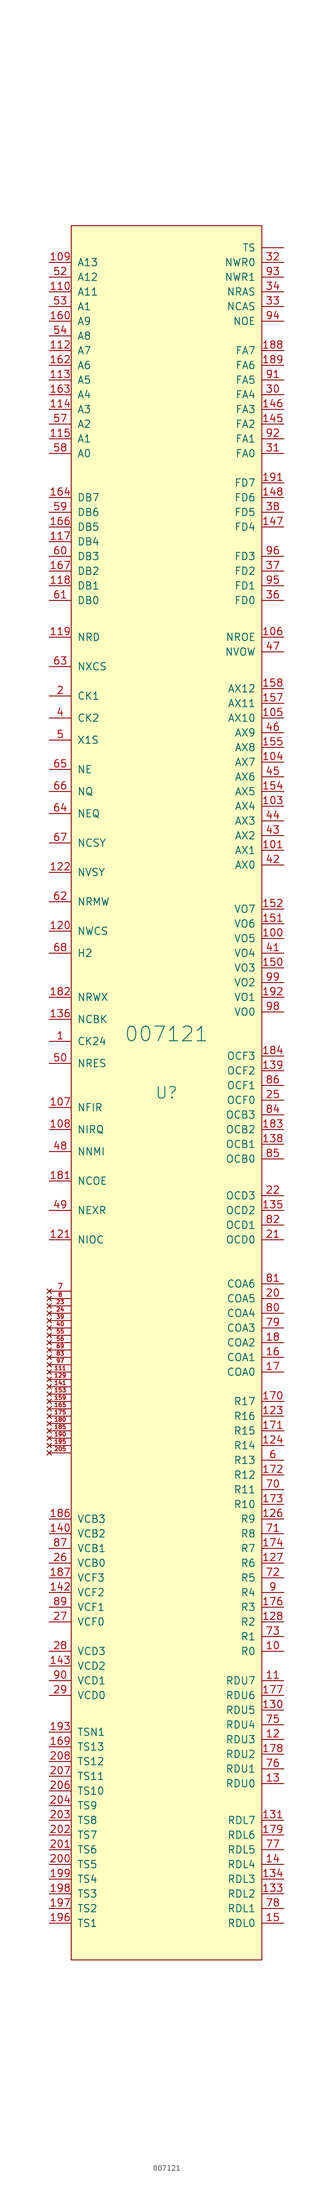
<source format=kicad_sym>
(kicad_symbol_lib
  (version 20231120)
  (generator "kicad_symbol_editor")
  (generator_version "8.0")
  (symbol "007121"
    (pin_names
      (offset 1.016))
    (property "Reference" "U"
      (at 16.51 -149.86 0)
      (effects (font (size 2.007 2.007))))
    (property "Value" "007121"
      (at 16.51 -139.7 0)
      (effects (font (size 2.54 2.54))))
    (symbol "007121_0_0"
      (rectangle (start 0 0) (end 33.02 -299.72) (stroke (width 0) (type default)) (fill (type background))))
    (symbol "007121_1_1"
      (pin input line (at -3.81 -140.97 0) (length 3.81) (name "CK24" (effects (font (size 1.27 1.27)))) (number "1" (effects (font (size 1.27 1.27)))))
      (pin input line (at 36.83 -246.38 180) (length 3.81) (name "R0" (effects (font (size 1.27 1.27)))) (number "10" (effects (font (size 1.27 1.27)))))
      (pin input line (at 36.83 -123.19 180) (length 3.81) (name "VO5" (effects (font (size 1.27 1.27)))) (number "100" (effects (font (size 1.27 1.27)))))
      (pin input line (at 36.83 -107.95 180) (length 3.81) (name "AX1" (effects (font (size 1.27 1.27)))) (number "101" (effects (font (size 1.27 1.27)))))
      (pin input line (at 17.78 3.81 270) (length 3.81) hide (name "VCC" (effects (font (size 1.27 1.27)))) (number "102" (effects (font (size 1.27 1.27)))))
      (pin input line (at 36.83 -100.33 180) (length 3.81) (name "AX4" (effects (font (size 1.27 1.27)))) (number "103" (effects (font (size 1.27 1.27)))))
      (pin input line (at 36.83 -92.71 180) (length 3.81) (name "AX7" (effects (font (size 1.27 1.27)))) (number "104" (effects (font (size 1.27 1.27)))))
      (pin input line (at 36.83 -85.09 180) (length 3.81) (name "AX10" (effects (font (size 1.27 1.27)))) (number "105" (effects (font (size 1.27 1.27)))))
      (pin input line (at 36.83 -71.12 180) (length 3.81) (name "NROE" (effects (font (size 1.27 1.27)))) (number "106" (effects (font (size 1.27 1.27)))))
      (pin input line (at -3.81 -152.4 0) (length 3.81) (name "NFIR" (effects (font (size 1.27 1.27)))) (number "107" (effects (font (size 1.27 1.27)))))
      (pin input line (at -3.81 -156.21 0) (length 3.81) (name "NIRQ" (effects (font (size 1.27 1.27)))) (number "108" (effects (font (size 1.27 1.27)))))
      (pin input line (at -3.81 -6.35 0) (length 3.81) (name "A13" (effects (font (size 1.27 1.27)))) (number "109" (effects (font (size 1.27 1.27)))))
      (pin input line (at 36.83 -251.46 180) (length 3.81) (name "RDU7" (effects (font (size 1.27 1.27)))) (number "11" (effects (font (size 1.27 1.27)))))
      (pin input line (at -3.81 -11.43 0) (length 3.81) (name "A11" (effects (font (size 1.27 1.27)))) (number "110" (effects (font (size 1.27 1.27)))))
      (pin no_connect line (at -3.81 -198.12 0) (length 3.81) (name "~" (effects (font (size 1.27 1.27)))) (number "111" (effects (font (size 0.711 0.711)))))
      (pin input line (at -3.81 -21.59 0) (length 3.81) (name "A7" (effects (font (size 1.27 1.27)))) (number "112" (effects (font (size 1.27 1.27)))))
      (pin input line (at -3.81 -26.67 0) (length 3.81) (name "A5" (effects (font (size 1.27 1.27)))) (number "113" (effects (font (size 1.27 1.27)))))
      (pin input line (at -3.81 -31.75 0) (length 3.81) (name "A3" (effects (font (size 1.27 1.27)))) (number "114" (effects (font (size 1.27 1.27)))))
      (pin input line (at -3.81 -36.83 0) (length 3.81) (name "A1" (effects (font (size 1.27 1.27)))) (number "115" (effects (font (size 1.27 1.27)))))
      (pin input line (at 20.32 3.81 270) (length 3.81) hide (name "VCC" (effects (font (size 1.27 1.27)))) (number "116" (effects (font (size 1.27 1.27)))))
      (pin input line (at -3.81 -54.61 0) (length 3.81) (name "DB4" (effects (font (size 1.27 1.27)))) (number "117" (effects (font (size 1.27 1.27)))))
      (pin input line (at -3.81 -62.23 0) (length 3.81) (name "DB1" (effects (font (size 1.27 1.27)))) (number "118" (effects (font (size 1.27 1.27)))))
      (pin input line (at -3.81 -71.12 0) (length 3.81) (name "NRD" (effects (font (size 1.27 1.27)))) (number "119" (effects (font (size 1.27 1.27)))))
      (pin input line (at 36.83 -261.62 180) (length 3.81) (name "RDU3" (effects (font (size 1.27 1.27)))) (number "12" (effects (font (size 1.27 1.27)))))
      (pin input line (at -3.81 -121.92 0) (length 3.81) (name "NWCS" (effects (font (size 1.27 1.27)))) (number "120" (effects (font (size 1.27 1.27)))))
      (pin input line (at -3.81 -175.26 0) (length 3.81) (name "NIOC" (effects (font (size 1.27 1.27)))) (number "121" (effects (font (size 1.27 1.27)))))
      (pin input line (at -3.81 -111.76 0) (length 3.81) (name "NVSY" (effects (font (size 1.27 1.27)))) (number "122" (effects (font (size 1.27 1.27)))))
      (pin input line (at 36.83 -205.74 180) (length 3.81) (name "R16" (effects (font (size 1.27 1.27)))) (number "123" (effects (font (size 1.27 1.27)))))
      (pin input line (at 36.83 -210.82 180) (length 3.81) (name "R14" (effects (font (size 1.27 1.27)))) (number "124" (effects (font (size 1.27 1.27)))))
      (pin input line (at 2.54 -303.53 90) (length 3.81) hide (name "GND" (effects (font (size 1.27 1.27)))) (number "125" (effects (font (size 1.27 1.27)))))
      (pin input line (at 36.83 -223.52 180) (length 3.81) (name "R9" (effects (font (size 1.27 1.27)))) (number "126" (effects (font (size 1.27 1.27)))))
      (pin input line (at 36.83 -231.14 180) (length 3.81) (name "R6" (effects (font (size 1.27 1.27)))) (number "127" (effects (font (size 1.27 1.27)))))
      (pin input line (at 36.83 -241.3 180) (length 3.81) (name "R2" (effects (font (size 1.27 1.27)))) (number "128" (effects (font (size 1.27 1.27)))))
      (pin no_connect line (at -3.81 -199.39 0) (length 3.81) (name "~" (effects (font (size 1.27 1.27)))) (number "129" (effects (font (size 0.711 0.711)))))
      (pin input line (at 36.83 -269.24 180) (length 3.81) (name "RDU0" (effects (font (size 1.27 1.27)))) (number "13" (effects (font (size 1.27 1.27)))))
      (pin input line (at 36.83 -256.54 180) (length 3.81) (name "RDU5" (effects (font (size 1.27 1.27)))) (number "130" (effects (font (size 1.27 1.27)))))
      (pin input line (at 36.83 -275.59 180) (length 3.81) (name "RDL7" (effects (font (size 1.27 1.27)))) (number "131" (effects (font (size 1.27 1.27)))))
      (pin input line (at 6.35 -303.53 90) (length 3.81) hide (name "GND" (effects (font (size 1.27 1.27)))) (number "132" (effects (font (size 1.27 1.27)))))
      (pin input line (at 36.83 -288.29 180) (length 3.81) (name "RDL2" (effects (font (size 1.27 1.27)))) (number "133" (effects (font (size 1.27 1.27)))))
      (pin input line (at 36.83 -285.75 180) (length 3.81) (name "RDL3" (effects (font (size 1.27 1.27)))) (number "134" (effects (font (size 1.27 1.27)))))
      (pin input line (at 36.83 -170.18 180) (length 3.81) (name "OCD2" (effects (font (size 1.27 1.27)))) (number "135" (effects (font (size 1.27 1.27)))))
      (pin input line (at -3.81 -137.16 0) (length 3.81) (name "NCBK" (effects (font (size 1.27 1.27)))) (number "136" (effects (font (size 1.27 1.27)))))
      (pin input line (at 10.16 -303.53 90) (length 3.81) hide (name "GND" (effects (font (size 1.27 1.27)))) (number "137" (effects (font (size 1.27 1.27)))))
      (pin input line (at 36.83 -158.75 180) (length 3.81) (name "OCB1" (effects (font (size 1.27 1.27)))) (number "138" (effects (font (size 1.27 1.27)))))
      (pin input line (at 36.83 -146.05 180) (length 3.81) (name "OCF2" (effects (font (size 1.27 1.27)))) (number "139" (effects (font (size 1.27 1.27)))))
      (pin input line (at 36.83 -283.21 180) (length 3.81) (name "RDL4" (effects (font (size 1.27 1.27)))) (number "14" (effects (font (size 1.27 1.27)))))
      (pin input line (at -3.81 -226.06 0) (length 3.81) (name "VCB2" (effects (font (size 1.27 1.27)))) (number "140" (effects (font (size 1.27 1.27)))))
      (pin no_connect line (at -3.81 -200.66 0) (length 3.81) (name "~" (effects (font (size 1.27 1.27)))) (number "141" (effects (font (size 0.711 0.711)))))
      (pin input line (at -3.81 -236.22 0) (length 3.81) (name "VCF2" (effects (font (size 1.27 1.27)))) (number "142" (effects (font (size 1.27 1.27)))))
      (pin input line (at -3.81 -248.92 0) (length 3.81) (name "VCD2" (effects (font (size 1.27 1.27)))) (number "143" (effects (font (size 1.27 1.27)))))
      (pin input line (at 13.97 -303.53 90) (length 3.81) hide (name "GND" (effects (font (size 1.27 1.27)))) (number "144" (effects (font (size 1.27 1.27)))))
      (pin input line (at 36.83 -34.29 180) (length 3.81) (name "FA2" (effects (font (size 1.27 1.27)))) (number "145" (effects (font (size 1.27 1.27)))))
      (pin input line (at 36.83 -31.75 180) (length 3.81) (name "FA3" (effects (font (size 1.27 1.27)))) (number "146" (effects (font (size 1.27 1.27)))))
      (pin input line (at 36.83 -52.07 180) (length 3.81) (name "FD4" (effects (font (size 1.27 1.27)))) (number "147" (effects (font (size 1.27 1.27)))))
      (pin input line (at 36.83 -46.99 180) (length 3.81) (name "FD6" (effects (font (size 1.27 1.27)))) (number "148" (effects (font (size 1.27 1.27)))))
      (pin input line (at 19.05 -303.53 90) (length 3.81) hide (name "GND" (effects (font (size 1.27 1.27)))) (number "149" (effects (font (size 1.27 1.27)))))
      (pin input line (at 36.83 -293.37 180) (length 3.81) (name "RDL0" (effects (font (size 1.27 1.27)))) (number "15" (effects (font (size 1.27 1.27)))))
      (pin input line (at 36.83 -128.27 180) (length 3.81) (name "VO3" (effects (font (size 1.27 1.27)))) (number "150" (effects (font (size 1.27 1.27)))))
      (pin input line (at 36.83 -120.65 180) (length 3.81) (name "VO6" (effects (font (size 1.27 1.27)))) (number "151" (effects (font (size 1.27 1.27)))))
      (pin input line (at 36.83 -118.11 180) (length 3.81) (name "VO7" (effects (font (size 1.27 1.27)))) (number "152" (effects (font (size 1.27 1.27)))))
      (pin no_connect line (at -3.81 -201.93 0) (length 3.81) (name "~" (effects (font (size 1.27 1.27)))) (number "153" (effects (font (size 0.711 0.711)))))
      (pin input line (at 36.83 -97.79 180) (length 3.81) (name "AX5" (effects (font (size 1.27 1.27)))) (number "154" (effects (font (size 1.27 1.27)))))
      (pin input line (at 36.83 -90.17 180) (length 3.81) (name "AX8" (effects (font (size 1.27 1.27)))) (number "155" (effects (font (size 1.27 1.27)))))
      (pin input line (at 22.86 -303.53 90) (length 3.81) hide (name "GND" (effects (font (size 1.27 1.27)))) (number "156" (effects (font (size 1.27 1.27)))))
      (pin input line (at 36.83 -82.55 180) (length 3.81) (name "AX11" (effects (font (size 1.27 1.27)))) (number "157" (effects (font (size 1.27 1.27)))))
      (pin input line (at 36.83 -80.01 180) (length 3.81) (name "AX12" (effects (font (size 1.27 1.27)))) (number "158" (effects (font (size 1.27 1.27)))))
      (pin no_connect line (at -3.81 -203.2 0) (length 3.81) (name "~" (effects (font (size 1.27 1.27)))) (number "159" (effects (font (size 0.711 0.711)))))
      (pin input line (at 36.83 -195.58 180) (length 3.81) (name "COA1" (effects (font (size 1.27 1.27)))) (number "16" (effects (font (size 1.27 1.27)))))
      (pin input line (at -3.81 -16.51 0) (length 3.81) (name "A9" (effects (font (size 1.27 1.27)))) (number "160" (effects (font (size 1.27 1.27)))))
      (pin input line (at 26.67 -303.53 90) (length 3.81) hide (name "GND" (effects (font (size 1.27 1.27)))) (number "161" (effects (font (size 1.27 1.27)))))
      (pin input line (at -3.81 -24.13 0) (length 3.81) (name "A6" (effects (font (size 1.27 1.27)))) (number "162" (effects (font (size 1.27 1.27)))))
      (pin input line (at -3.81 -29.21 0) (length 3.81) (name "A4" (effects (font (size 1.27 1.27)))) (number "163" (effects (font (size 1.27 1.27)))))
      (pin input line (at -3.81 -46.99 0) (length 3.81) (name "DB7" (effects (font (size 1.27 1.27)))) (number "164" (effects (font (size 1.27 1.27)))))
      (pin no_connect line (at -3.81 -204.47 0) (length 3.81) (name "~" (effects (font (size 1.27 1.27)))) (number "165" (effects (font (size 0.711 0.711)))))
      (pin input line (at -3.81 -52.07 0) (length 3.81) (name "DB5" (effects (font (size 1.27 1.27)))) (number "166" (effects (font (size 1.27 1.27)))))
      (pin input line (at -3.81 -59.69 0) (length 3.81) (name "DB2" (effects (font (size 1.27 1.27)))) (number "167" (effects (font (size 1.27 1.27)))))
      (pin input line (at 30.48 -303.53 90) (length 3.81) hide (name "GND" (effects (font (size 1.27 1.27)))) (number "168" (effects (font (size 1.27 1.27)))))
      (pin input line (at -3.81 -262.89 0) (length 3.81) (name "TS13" (effects (font (size 1.27 1.27)))) (number "169" (effects (font (size 1.27 1.27)))))
      (pin input line (at 36.83 -198.12 180) (length 3.81) (name "COA0" (effects (font (size 1.27 1.27)))) (number "17" (effects (font (size 1.27 1.27)))))
      (pin input line (at 36.83 -203.2 180) (length 3.81) (name "R17" (effects (font (size 1.27 1.27)))) (number "170" (effects (font (size 1.27 1.27)))))
      (pin input line (at 36.83 -208.28 180) (length 3.81) (name "R15" (effects (font (size 1.27 1.27)))) (number "171" (effects (font (size 1.27 1.27)))))
      (pin input line (at 36.83 -215.9 180) (length 3.81) (name "R12" (effects (font (size 1.27 1.27)))) (number "172" (effects (font (size 1.27 1.27)))))
      (pin input line (at 36.83 -220.98 180) (length 3.81) (name "R10" (effects (font (size 1.27 1.27)))) (number "173" (effects (font (size 1.27 1.27)))))
      (pin input line (at 36.83 -228.6 180) (length 3.81) (name "R7" (effects (font (size 1.27 1.27)))) (number "174" (effects (font (size 1.27 1.27)))))
      (pin no_connect line (at -3.81 -205.74 0) (length 3.81) (name "~" (effects (font (size 1.27 1.27)))) (number "175" (effects (font (size 0.711 0.711)))))
      (pin input line (at 36.83 -238.76 180) (length 3.81) (name "R3" (effects (font (size 1.27 1.27)))) (number "176" (effects (font (size 1.27 1.27)))))
      (pin input line (at 36.83 -254 180) (length 3.81) (name "RDU6" (effects (font (size 1.27 1.27)))) (number "177" (effects (font (size 1.27 1.27)))))
      (pin input line (at 36.83 -264.16 180) (length 3.81) (name "RDU2" (effects (font (size 1.27 1.27)))) (number "178" (effects (font (size 1.27 1.27)))))
      (pin input line (at 36.83 -278.13 180) (length 3.81) (name "RDL6" (effects (font (size 1.27 1.27)))) (number "179" (effects (font (size 1.27 1.27)))))
      (pin input line (at 36.83 -193.04 180) (length 3.81) (name "COA2" (effects (font (size 1.27 1.27)))) (number "18" (effects (font (size 1.27 1.27)))))
      (pin no_connect line (at -3.81 -207.01 0) (length 3.81) (name "~" (effects (font (size 1.27 1.27)))) (number "180" (effects (font (size 0.711 0.711)))))
      (pin input line (at -3.81 -165.1 0) (length 3.81) (name "NCOE" (effects (font (size 1.27 1.27)))) (number "181" (effects (font (size 1.27 1.27)))))
      (pin input line (at -3.81 -133.35 0) (length 3.81) (name "NRWX" (effects (font (size 1.27 1.27)))) (number "182" (effects (font (size 1.27 1.27)))))
      (pin input line (at 36.83 -156.21 180) (length 3.81) (name "OCB2" (effects (font (size 1.27 1.27)))) (number "183" (effects (font (size 1.27 1.27)))))
      (pin input line (at 36.83 -143.51 180) (length 3.81) (name "OCF3" (effects (font (size 1.27 1.27)))) (number "184" (effects (font (size 1.27 1.27)))))
      (pin no_connect line (at -3.81 -208.28 0) (length 3.81) (name "~" (effects (font (size 1.27 1.27)))) (number "185" (effects (font (size 0.711 0.711)))))
      (pin input line (at -3.81 -223.52 0) (length 3.81) (name "VCB3" (effects (font (size 1.27 1.27)))) (number "186" (effects (font (size 1.27 1.27)))))
      (pin input line (at -3.81 -233.68 0) (length 3.81) (name "VCF3" (effects (font (size 1.27 1.27)))) (number "187" (effects (font (size 1.27 1.27)))))
      (pin input line (at 36.83 -21.59 180) (length 3.81) (name "FA7" (effects (font (size 1.27 1.27)))) (number "188" (effects (font (size 1.27 1.27)))))
      (pin input line (at 36.83 -24.13 180) (length 3.81) (name "FA6" (effects (font (size 1.27 1.27)))) (number "189" (effects (font (size 1.27 1.27)))))
      (pin input line (at 5.08 3.81 270) (length 3.81) hide (name "VCC" (effects (font (size 1.27 1.27)))) (number "19" (effects (font (size 1.27 1.27)))))
      (pin no_connect line (at -3.81 -209.55 0) (length 3.81) (name "~" (effects (font (size 1.27 1.27)))) (number "190" (effects (font (size 0.711 0.711)))))
      (pin input line (at 36.83 -44.45 180) (length 3.81) (name "FD7" (effects (font (size 1.27 1.27)))) (number "191" (effects (font (size 1.27 1.27)))))
      (pin input line (at 36.83 -133.35 180) (length 3.81) (name "VO1" (effects (font (size 1.27 1.27)))) (number "192" (effects (font (size 1.27 1.27)))))
      (pin input line (at -3.81 -260.35 0) (length 3.81) (name "TSN1" (effects (font (size 1.27 1.27)))) (number "193" (effects (font (size 1.27 1.27)))))
      (pin input line (at 27.94 3.81 270) (length 3.81) hide (name "VCC" (effects (font (size 1.27 1.27)))) (number "194" (effects (font (size 1.27 1.27)))))
      (pin no_connect line (at -3.81 -210.82 0) (length 3.81) (name "~" (effects (font (size 1.27 1.27)))) (number "195" (effects (font (size 0.711 0.711)))))
      (pin input line (at -3.81 -293.37 0) (length 3.81) (name "TS1" (effects (font (size 1.27 1.27)))) (number "196" (effects (font (size 1.27 1.27)))))
      (pin input line (at -3.81 -290.83 0) (length 3.81) (name "TS2" (effects (font (size 1.27 1.27)))) (number "197" (effects (font (size 1.27 1.27)))))
      (pin input line (at -3.81 -288.29 0) (length 3.81) (name "TS3" (effects (font (size 1.27 1.27)))) (number "198" (effects (font (size 1.27 1.27)))))
      (pin input line (at -3.81 -285.75 0) (length 3.81) (name "TS4" (effects (font (size 1.27 1.27)))) (number "199" (effects (font (size 1.27 1.27)))))
      (pin input line (at -3.81 -81.28 0) (length 3.81) (name "CK1" (effects (font (size 1.27 1.27)))) (number "2" (effects (font (size 1.27 1.27)))))
      (pin input line (at 36.83 -185.42 180) (length 3.81) (name "COA5" (effects (font (size 1.27 1.27)))) (number "20" (effects (font (size 1.27 1.27)))))
      (pin input line (at -3.81 -283.21 0) (length 3.81) (name "TS5" (effects (font (size 1.27 1.27)))) (number "200" (effects (font (size 1.27 1.27)))))
      (pin input line (at -3.81 -280.67 0) (length 3.81) (name "TS6" (effects (font (size 1.27 1.27)))) (number "201" (effects (font (size 1.27 1.27)))))
      (pin input line (at -3.81 -278.13 0) (length 3.81) (name "TS7" (effects (font (size 1.27 1.27)))) (number "202" (effects (font (size 1.27 1.27)))))
      (pin input line (at -3.81 -275.59 0) (length 3.81) (name "TS8" (effects (font (size 1.27 1.27)))) (number "203" (effects (font (size 1.27 1.27)))))
      (pin input line (at -3.81 -273.05 0) (length 3.81) (name "TS9" (effects (font (size 1.27 1.27)))) (number "204" (effects (font (size 1.27 1.27)))))
      (pin no_connect line (at -3.81 -212.09 0) (length 3.81) (name "~" (effects (font (size 1.27 1.27)))) (number "205" (effects (font (size 0.711 0.711)))))
      (pin input line (at -3.81 -270.51 0) (length 3.81) (name "TS10" (effects (font (size 1.27 1.27)))) (number "206" (effects (font (size 1.27 1.27)))))
      (pin input line (at -3.81 -267.97 0) (length 3.81) (name "TS11" (effects (font (size 1.27 1.27)))) (number "207" (effects (font (size 1.27 1.27)))))
      (pin input line (at -3.81 -265.43 0) (length 3.81) (name "TS12" (effects (font (size 1.27 1.27)))) (number "208" (effects (font (size 1.27 1.27)))))
      (pin input line (at 36.83 -175.26 180) (length 3.81) (name "OCD0" (effects (font (size 1.27 1.27)))) (number "21" (effects (font (size 1.27 1.27)))))
      (pin input line (at 36.83 -167.64 180) (length 3.81) (name "OCD3" (effects (font (size 1.27 1.27)))) (number "22" (effects (font (size 1.27 1.27)))))
      (pin no_connect line (at -3.81 -186.69 0) (length 3.81) (name "~" (effects (font (size 1.27 1.27)))) (number "23" (effects (font (size 0.711 0.711)))))
      (pin no_connect line (at -3.81 -187.96 0) (length 3.81) (name "~" (effects (font (size 1.27 1.27)))) (number "24" (effects (font (size 0.711 0.711)))))
      (pin input line (at 36.83 -151.13 180) (length 3.81) (name "OCF0" (effects (font (size 1.27 1.27)))) (number "25" (effects (font (size 1.27 1.27)))))
      (pin input line (at -3.81 -231.14 0) (length 3.81) (name "VCB0" (effects (font (size 1.27 1.27)))) (number "26" (effects (font (size 1.27 1.27)))))
      (pin input line (at -3.81 -241.3 0) (length 3.81) (name "VCF0" (effects (font (size 1.27 1.27)))) (number "27" (effects (font (size 1.27 1.27)))))
      (pin input line (at -3.81 -246.38 0) (length 3.81) (name "VCD3" (effects (font (size 1.27 1.27)))) (number "28" (effects (font (size 1.27 1.27)))))
      (pin input line (at -3.81 -254 0) (length 3.81) (name "VCD0" (effects (font (size 1.27 1.27)))) (number "29" (effects (font (size 1.27 1.27)))))
      (pin input line (at 2.54 3.81 270) (length 3.81) hide (name "VCC" (effects (font (size 1.27 1.27)))) (number "3" (effects (font (size 1.27 1.27)))))
      (pin input line (at 36.83 -29.21 180) (length 3.81) (name "FA4" (effects (font (size 1.27 1.27)))) (number "30" (effects (font (size 1.27 1.27)))))
      (pin input line (at 36.83 -39.37 180) (length 3.81) (name "FA0" (effects (font (size 1.27 1.27)))) (number "31" (effects (font (size 1.27 1.27)))))
      (pin input line (at 36.83 -6.35 180) (length 3.81) (name "NWR0" (effects (font (size 1.27 1.27)))) (number "32" (effects (font (size 1.27 1.27)))))
      (pin input line (at 36.83 -13.97 180) (length 3.81) (name "NCAS" (effects (font (size 1.27 1.27)))) (number "33" (effects (font (size 1.27 1.27)))))
      (pin input line (at 36.83 -11.43 180) (length 3.81) (name "NRAS" (effects (font (size 1.27 1.27)))) (number "34" (effects (font (size 1.27 1.27)))))
      (pin input line (at 7.62 3.81 270) (length 3.81) hide (name "VCC" (effects (font (size 1.27 1.27)))) (number "35" (effects (font (size 1.27 1.27)))))
      (pin input line (at 36.83 -64.77 180) (length 3.81) (name "FD0" (effects (font (size 1.27 1.27)))) (number "36" (effects (font (size 1.27 1.27)))))
      (pin input line (at 36.83 -59.69 180) (length 3.81) (name "FD2" (effects (font (size 1.27 1.27)))) (number "37" (effects (font (size 1.27 1.27)))))
      (pin input line (at 36.83 -49.53 180) (length 3.81) (name "FD5" (effects (font (size 1.27 1.27)))) (number "38" (effects (font (size 1.27 1.27)))))
      (pin no_connect line (at -3.81 -189.23 0) (length 3.81) (name "~" (effects (font (size 1.27 1.27)))) (number "39" (effects (font (size 0.711 0.711)))))
      (pin input line (at -3.81 -85.09 0) (length 3.81) (name "CK2" (effects (font (size 1.27 1.27)))) (number "4" (effects (font (size 1.27 1.27)))))
      (pin no_connect line (at -3.81 -190.5 0) (length 3.81) (name "~" (effects (font (size 1.27 1.27)))) (number "40" (effects (font (size 0.711 0.711)))))
      (pin input line (at 36.83 -125.73 180) (length 3.81) (name "VO4" (effects (font (size 1.27 1.27)))) (number "41" (effects (font (size 1.27 1.27)))))
      (pin input line (at 36.83 -110.49 180) (length 3.81) (name "AX0" (effects (font (size 1.27 1.27)))) (number "42" (effects (font (size 1.27 1.27)))))
      (pin input line (at 36.83 -105.41 180) (length 3.81) (name "AX2" (effects (font (size 1.27 1.27)))) (number "43" (effects (font (size 1.27 1.27)))))
      (pin input line (at 36.83 -102.87 180) (length 3.81) (name "AX3" (effects (font (size 1.27 1.27)))) (number "44" (effects (font (size 1.27 1.27)))))
      (pin input line (at 36.83 -95.25 180) (length 3.81) (name "AX6" (effects (font (size 1.27 1.27)))) (number "45" (effects (font (size 1.27 1.27)))))
      (pin input line (at 36.83 -87.63 180) (length 3.81) (name "AX9" (effects (font (size 1.27 1.27)))) (number "46" (effects (font (size 1.27 1.27)))))
      (pin input line (at 36.83 -73.66 180) (length 3.81) (name "NVOW" (effects (font (size 1.27 1.27)))) (number "47" (effects (font (size 1.27 1.27)))))
      (pin input line (at -3.81 -160.02 0) (length 3.81) (name "NNMI" (effects (font (size 1.27 1.27)))) (number "48" (effects (font (size 1.27 1.27)))))
      (pin input line (at -3.81 -170.18 0) (length 3.81) (name "NEXR" (effects (font (size 1.27 1.27)))) (number "49" (effects (font (size 1.27 1.27)))))
      (pin input line (at -3.81 -88.9 0) (length 3.81) (name "X1S" (effects (font (size 1.27 1.27)))) (number "5" (effects (font (size 1.27 1.27)))))
      (pin input line (at -3.81 -144.78 0) (length 3.81) (name "NRES" (effects (font (size 1.27 1.27)))) (number "50" (effects (font (size 1.27 1.27)))))
      (pin input line (at 10.16 3.81 270) (length 3.81) hide (name "VCC" (effects (font (size 1.27 1.27)))) (number "51" (effects (font (size 1.27 1.27)))))
      (pin input line (at -3.81 -8.89 0) (length 3.81) (name "A12" (effects (font (size 1.27 1.27)))) (number "52" (effects (font (size 1.27 1.27)))))
      (pin input line (at -3.81 -13.97 0) (length 3.81) (name "A1" (effects (font (size 1.27 1.27)))) (number "53" (effects (font (size 1.27 1.27)))))
      (pin input line (at -3.81 -19.05 0) (length 3.81) (name "A8" (effects (font (size 1.27 1.27)))) (number "54" (effects (font (size 1.27 1.27)))))
      (pin no_connect line (at -3.81 -191.77 0) (length 3.81) (name "~" (effects (font (size 1.27 1.27)))) (number "55" (effects (font (size 0.711 0.711)))))
      (pin no_connect line (at -3.81 -193.04 0) (length 3.81) (name "~" (effects (font (size 1.27 1.27)))) (number "56" (effects (font (size 0.711 0.711)))))
      (pin input line (at -3.81 -34.29 0) (length 3.81) (name "A2" (effects (font (size 1.27 1.27)))) (number "57" (effects (font (size 1.27 1.27)))))
      (pin input line (at -3.81 -39.37 0) (length 3.81) (name "A0" (effects (font (size 1.27 1.27)))) (number "58" (effects (font (size 1.27 1.27)))))
      (pin input line (at -3.81 -49.53 0) (length 3.81) (name "DB6" (effects (font (size 1.27 1.27)))) (number "59" (effects (font (size 1.27 1.27)))))
      (pin input line (at 36.83 -213.36 180) (length 3.81) (name "R13" (effects (font (size 1.27 1.27)))) (number "6" (effects (font (size 1.27 1.27)))))
      (pin input line (at -3.81 -57.15 0) (length 3.81) (name "DB3" (effects (font (size 1.27 1.27)))) (number "60" (effects (font (size 1.27 1.27)))))
      (pin input line (at -3.81 -64.77 0) (length 3.81) (name "DB0" (effects (font (size 1.27 1.27)))) (number "61" (effects (font (size 1.27 1.27)))))
      (pin input line (at -3.81 -116.84 0) (length 3.81) (name "NRMW" (effects (font (size 1.27 1.27)))) (number "62" (effects (font (size 1.27 1.27)))))
      (pin input line (at -3.81 -76.2 0) (length 3.81) (name "NXCS" (effects (font (size 1.27 1.27)))) (number "63" (effects (font (size 1.27 1.27)))))
      (pin input line (at -3.81 -101.6 0) (length 3.81) (name "NEQ" (effects (font (size 1.27 1.27)))) (number "64" (effects (font (size 1.27 1.27)))))
      (pin input line (at -3.81 -93.98 0) (length 3.81) (name "NE" (effects (font (size 1.27 1.27)))) (number "65" (effects (font (size 1.27 1.27)))))
      (pin input line (at -3.81 -97.79 0) (length 3.81) (name "NQ" (effects (font (size 1.27 1.27)))) (number "66" (effects (font (size 1.27 1.27)))))
      (pin input line (at -3.81 -106.68 0) (length 3.81) (name "NCSY" (effects (font (size 1.27 1.27)))) (number "67" (effects (font (size 1.27 1.27)))))
      (pin input line (at -3.81 -125.73 0) (length 3.81) (name "H2" (effects (font (size 1.27 1.27)))) (number "68" (effects (font (size 1.27 1.27)))))
      (pin no_connect line (at -3.81 -194.31 0) (length 3.81) (name "~" (effects (font (size 1.27 1.27)))) (number "69" (effects (font (size 0.711 0.711)))))
      (pin no_connect line (at -3.81 -184.15 0) (length 3.81) (name "~" (effects (font (size 1.27 1.27)))) (number "7" (effects (font (size 0.991 0.991)))))
      (pin input line (at 36.83 -218.44 180) (length 3.81) (name "R11" (effects (font (size 1.27 1.27)))) (number "70" (effects (font (size 1.27 1.27)))))
      (pin input line (at 36.83 -226.06 180) (length 3.81) (name "R8" (effects (font (size 1.27 1.27)))) (number "71" (effects (font (size 1.27 1.27)))))
      (pin input line (at 36.83 -233.68 180) (length 3.81) (name "R5" (effects (font (size 1.27 1.27)))) (number "72" (effects (font (size 1.27 1.27)))))
      (pin input line (at 36.83 -243.84 180) (length 3.81) (name "R1" (effects (font (size 1.27 1.27)))) (number "73" (effects (font (size 1.27 1.27)))))
      (pin input line (at 12.7 3.81 270) (length 3.81) hide (name "VCC" (effects (font (size 1.27 1.27)))) (number "74" (effects (font (size 1.27 1.27)))))
      (pin input line (at 36.83 -259.08 180) (length 3.81) (name "RDU4" (effects (font (size 1.27 1.27)))) (number "75" (effects (font (size 1.27 1.27)))))
      (pin input line (at 36.83 -266.7 180) (length 3.81) (name "RDU1" (effects (font (size 1.27 1.27)))) (number "76" (effects (font (size 1.27 1.27)))))
      (pin input line (at 36.83 -280.67 180) (length 3.81) (name "RDL5" (effects (font (size 1.27 1.27)))) (number "77" (effects (font (size 1.27 1.27)))))
      (pin input line (at 36.83 -290.83 180) (length 3.81) (name "RDL1" (effects (font (size 1.27 1.27)))) (number "78" (effects (font (size 1.27 1.27)))))
      (pin input line (at 36.83 -190.5 180) (length 3.81) (name "COA3" (effects (font (size 1.27 1.27)))) (number "79" (effects (font (size 1.27 1.27)))))
      (pin no_connect line (at -3.81 -185.42 0) (length 3.81) (name "~" (effects (font (size 1.27 1.27)))) (number "8" (effects (font (size 0.711 0.711)))))
      (pin input line (at 36.83 -187.96 180) (length 3.81) (name "COA4" (effects (font (size 1.27 1.27)))) (number "80" (effects (font (size 1.27 1.27)))))
      (pin input line (at 36.83 -182.88 180) (length 3.81) (name "COA6" (effects (font (size 1.27 1.27)))) (number "81" (effects (font (size 1.27 1.27)))))
      (pin input line (at 36.83 -172.72 180) (length 3.81) (name "OCD1" (effects (font (size 1.27 1.27)))) (number "82" (effects (font (size 1.27 1.27)))))
      (pin no_connect line (at -3.81 -195.58 0) (length 3.81) (name "~" (effects (font (size 1.27 1.27)))) (number "83" (effects (font (size 0.711 0.711)))))
      (pin input line (at 36.83 -153.67 180) (length 3.81) (name "OCB3" (effects (font (size 1.27 1.27)))) (number "84" (effects (font (size 1.27 1.27)))))
      (pin input line (at 36.83 -161.29 180) (length 3.81) (name "OCB0" (effects (font (size 1.27 1.27)))) (number "85" (effects (font (size 1.27 1.27)))))
      (pin input line (at 36.83 -148.59 180) (length 3.81) (name "OCF1" (effects (font (size 1.27 1.27)))) (number "86" (effects (font (size 1.27 1.27)))))
      (pin input line (at -3.81 -228.6 0) (length 3.81) (name "VCB1" (effects (font (size 1.27 1.27)))) (number "87" (effects (font (size 1.27 1.27)))))
      (pin input line (at 15.24 3.81 270) (length 3.81) hide (name "VCC" (effects (font (size 1.27 1.27)))) (number "88" (effects (font (size 1.27 1.27)))))
      (pin input line (at -3.81 -238.76 0) (length 3.81) (name "VCF1" (effects (font (size 1.27 1.27)))) (number "89" (effects (font (size 1.27 1.27)))))
      (pin input line (at 36.83 -236.22 180) (length 3.81) (name "R4" (effects (font (size 1.27 1.27)))) (number "9" (effects (font (size 1.27 1.27)))))
      (pin input line (at -3.81 -251.46 0) (length 3.81) (name "VCD1" (effects (font (size 1.27 1.27)))) (number "90" (effects (font (size 1.27 1.27)))))
      (pin input line (at 36.83 -26.67 180) (length 3.81) (name "FA5" (effects (font (size 1.27 1.27)))) (number "91" (effects (font (size 1.27 1.27)))))
      (pin input line (at 36.83 -36.83 180) (length 3.81) (name "FA1" (effects (font (size 1.27 1.27)))) (number "92" (effects (font (size 1.27 1.27)))))
      (pin input line (at 36.83 -8.89 180) (length 3.81) (name "NWR1" (effects (font (size 1.27 1.27)))) (number "93" (effects (font (size 1.27 1.27)))))
      (pin input line (at 36.83 -16.51 180) (length 3.81) (name "NOE" (effects (font (size 1.27 1.27)))) (number "94" (effects (font (size 1.27 1.27)))))
      (pin input line (at 36.83 -62.23 180) (length 3.81) (name "FD1" (effects (font (size 1.27 1.27)))) (number "95" (effects (font (size 1.27 1.27)))))
      (pin input line (at 36.83 -57.15 180) (length 3.81) (name "FD3" (effects (font (size 1.27 1.27)))) (number "96" (effects (font (size 1.27 1.27)))))
      (pin no_connect line (at -3.81 -196.85 0) (length 3.81) (name "~" (effects (font (size 1.27 1.27)))) (number "97" (effects (font (size 0.711 0.711)))))
      (pin input line (at 36.83 -135.89 180) (length 3.81) (name "VO0" (effects (font (size 1.27 1.27)))) (number "98" (effects (font (size 1.27 1.27)))))
      (pin input line (at 36.83 -130.81 180) (length 3.81) (name "VO2" (effects (font (size 1.27 1.27)))) (number "99" (effects (font (size 1.27 1.27)))))
      (pin input line (at 36.83 -3.81 180) (length 3.81) (name "TS" (effects (font (size 1.27 1.27)))) (number "~" (effects (font (size 1.27 1.27))))))))
</source>
